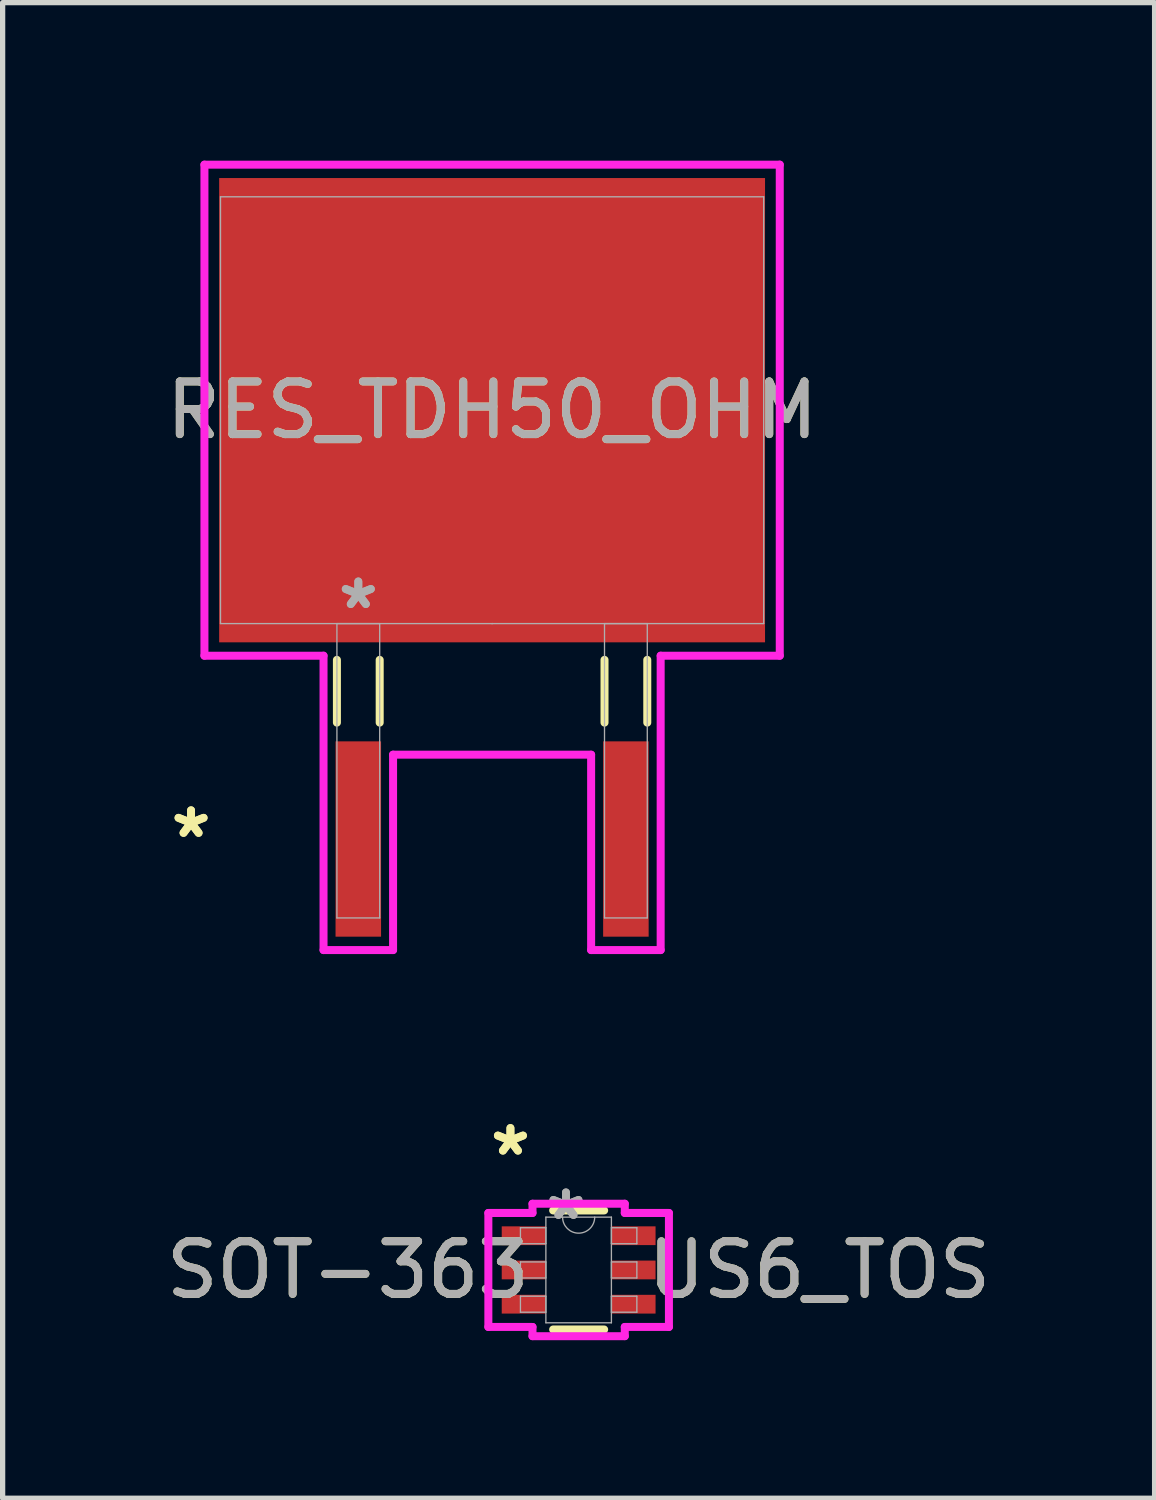
<source format=kicad_pcb>
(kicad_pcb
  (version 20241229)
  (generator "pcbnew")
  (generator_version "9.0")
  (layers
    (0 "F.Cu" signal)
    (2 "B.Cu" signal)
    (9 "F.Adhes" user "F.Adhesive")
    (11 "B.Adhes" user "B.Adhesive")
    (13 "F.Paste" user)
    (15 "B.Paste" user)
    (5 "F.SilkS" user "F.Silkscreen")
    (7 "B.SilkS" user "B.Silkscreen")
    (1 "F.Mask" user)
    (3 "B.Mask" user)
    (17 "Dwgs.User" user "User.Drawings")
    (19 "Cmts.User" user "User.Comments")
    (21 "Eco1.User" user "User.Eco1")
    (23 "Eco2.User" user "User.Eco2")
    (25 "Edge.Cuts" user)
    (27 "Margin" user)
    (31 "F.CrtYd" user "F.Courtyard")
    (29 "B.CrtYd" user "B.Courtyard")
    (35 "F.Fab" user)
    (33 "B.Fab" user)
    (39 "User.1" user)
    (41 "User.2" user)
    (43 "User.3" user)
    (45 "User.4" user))
  (footprint "SOT-363   US6_TOS"
    (layer "F.Cu")
    (at 7.935 21.059)
    (property "Reference" "SOT-363   US6_TOS" (at 0 0 0) (unlocked yes) (layer "F.SilkS") (effects (font (size 1 1) (thickness 0.15))))
    (attr smd)
    (fp_line (start -0.484 1.13) (end 0.484 1.13) (stroke (width 0.152) (type solid)) (layer "F.SilkS"))
    (fp_line (start 0.484 -1.13) (end -0.484 -1.13) (stroke (width 0.152) (type solid)) (layer "F.SilkS"))
    (fp_line (start -1.714 -1.082) (end -0.876 -1.082) (stroke (width 0.152) (type solid)) (layer "F.CrtYd"))
    (fp_line (start -1.714 1.082) (end -1.714 -1.082) (stroke (width 0.152) (type solid)) (layer "F.CrtYd"))
    (fp_line (start -1.714 1.082) (end -0.876 1.082) (stroke (width 0.152) (type solid)) (layer "F.CrtYd"))
    (fp_line (start -0.876 -1.257) (end 0.876 -1.257) (stroke (width 0.152) (type solid)) (layer "F.CrtYd"))
    (fp_line (start -0.876 -1.082) (end -0.876 -1.257) (stroke (width 0.152) (type solid)) (layer "F.CrtYd"))
    (fp_line (start -0.876 1.257) (end -0.876 1.082) (stroke (width 0.152) (type solid)) (layer "F.CrtYd"))
    (fp_line (start 0.876 -1.257) (end 0.876 -1.082) (stroke (width 0.152) (type solid)) (layer "F.CrtYd"))
    (fp_line (start 0.876 1.082) (end 0.876 1.257) (stroke (width 0.152) (type solid)) (layer "F.CrtYd"))
    (fp_line (start 0.876 1.257) (end -0.876 1.257) (stroke (width 0.152) (type solid)) (layer "F.CrtYd"))
    (fp_line (start 1.714 -1.082) (end 0.876 -1.082) (stroke (width 0.152) (type solid)) (layer "F.CrtYd"))
    (fp_line (start 1.714 -1.082) (end 1.714 1.082) (stroke (width 0.152) (type solid)) (layer "F.CrtYd"))
    (fp_line (start 1.714 1.082) (end 0.876 1.082) (stroke (width 0.152) (type solid)) (layer "F.CrtYd"))
    (fp_line (start -1.105 -0.802) (end -1.105 -0.498) (stroke (width 0.025) (type solid)) (layer "F.Fab"))
    (fp_line (start -1.105 -0.498) (end -0.622 -0.498) (stroke (width 0.025) (type solid)) (layer "F.Fab"))
    (fp_line (start -1.105 -0.152) (end -1.105 0.152) (stroke (width 0.025) (type solid)) (layer "F.Fab"))
    (fp_line (start -1.105 0.152) (end -0.622 0.152) (stroke (width 0.025) (type solid)) (layer "F.Fab"))
    (fp_line (start -1.105 0.498) (end -1.105 0.802) (stroke (width 0.025) (type solid)) (layer "F.Fab"))
    (fp_line (start -1.105 0.802) (end -0.622 0.802) (stroke (width 0.025) (type solid)) (layer "F.Fab"))
    (fp_line (start -0.622 -1.003) (end -0.622 1.003) (stroke (width 0.025) (type solid)) (layer "F.Fab"))
    (fp_line (start -0.622 -0.802) (end -1.105 -0.802) (stroke (width 0.025) (type solid)) (layer "F.Fab"))
    (fp_line (start -0.622 -0.498) (end -0.622 -0.802) (stroke (width 0.025) (type solid)) (layer "F.Fab"))
    (fp_line (start -0.622 -0.152) (end -1.105 -0.152) (stroke (width 0.025) (type solid)) (layer "F.Fab"))
    (fp_line (start -0.622 0.152) (end -0.622 -0.152) (stroke (width 0.025) (type solid)) (layer "F.Fab"))
    (fp_line (start -0.622 0.498) (end -1.105 0.498) (stroke (width 0.025) (type solid)) (layer "F.Fab"))
    (fp_line (start -0.622 0.802) (end -0.622 0.498) (stroke (width 0.025) (type solid)) (layer "F.Fab"))
    (fp_line (start -0.622 1.003) (end 0.622 1.003) (stroke (width 0.025) (type solid)) (layer "F.Fab"))
    (fp_line (start 0.622 -1.003) (end -0.622 -1.003) (stroke (width 0.025) (type solid)) (layer "F.Fab"))
    (fp_line (start 0.622 -0.802) (end 0.622 -0.498) (stroke (width 0.025) (type solid)) (layer "F.Fab"))
    (fp_line (start 0.622 -0.498) (end 1.105 -0.498) (stroke (width 0.025) (type solid)) (layer "F.Fab"))
    (fp_line (start 0.622 -0.152) (end 0.622 0.152) (stroke (width 0.025) (type solid)) (layer "F.Fab"))
    (fp_line (start 0.622 0.152) (end 1.105 0.152) (stroke (width 0.025) (type solid)) (layer "F.Fab"))
    (fp_line (start 0.622 0.498) (end 0.622 0.802) (stroke (width 0.025) (type solid)) (layer "F.Fab"))
    (fp_line (start 0.622 0.802) (end 1.105 0.802) (stroke (width 0.025) (type solid)) (layer "F.Fab"))
    (fp_line (start 0.622 1.003) (end 0.622 -1.003) (stroke (width 0.025) (type solid)) (layer "F.Fab"))
    (fp_line (start 1.105 -0.802) (end 0.622 -0.802) (stroke (width 0.025) (type solid)) (layer "F.Fab"))
    (fp_line (start 1.105 -0.498) (end 1.105 -0.802) (stroke (width 0.025) (type solid)) (layer "F.Fab"))
    (fp_line (start 1.105 -0.152) (end 0.622 -0.152) (stroke (width 0.025) (type solid)) (layer "F.Fab"))
    (fp_line (start 1.105 0.152) (end 1.105 -0.152) (stroke (width 0.025) (type solid)) (layer "F.Fab"))
    (fp_line (start 1.105 0.498) (end 0.622 0.498) (stroke (width 0.025) (type solid)) (layer "F.Fab"))
    (fp_line (start 1.105 0.802) (end 1.105 0.498) (stroke (width 0.025) (type solid)) (layer "F.Fab"))
    (fp_arc (start 0.3048 -1.0033) (mid 0 -0.6985) (end -0.3048 -1.0033) (stroke (width 0.0254) (type solid)) (layer "F.Fab"))
    (fp_text user "*" (at -1.295 -2.149 0) (layer "F.SilkS") (effects (font (size 1 1) (thickness 0.15))))
    (fp_text user "*" (at -1.295 -2.149 0) (unlocked yes) (layer "F.SilkS") (effects (font (size 1 1) (thickness 0.15))))
    (fp_text user "${REFERENCE}" (at 0 0 0) (unlocked yes) (layer "F.Fab") (effects (font (size 1 1) (thickness 0.15))))
    (fp_text user "*" (at -0.241 -0.927 0) (unlocked yes) (layer "F.Fab") (effects (font (size 1 1) (thickness 0.15))))
    (fp_text user "*" (at -0.241 -0.927 0) (layer "F.Fab") (effects (font (size 1 1) (thickness 0.15))))
    (pad "1" smd rect (at -1.041 -0.65) (size 0.838 0.356) (layers "F.Cu" "F.Mask" "F.Paste"))
    (pad "2" smd rect (at -1.041 0) (size 0.838 0.356) (layers "F.Cu" "F.Mask" "F.Paste"))
    (pad "3" smd rect (at -1.041 0.65) (size 0.838 0.356) (layers "F.Cu" "F.Mask" "F.Paste"))
    (pad "4" smd rect (at 1.041 0.65) (size 0.838 0.356) (layers "F.Cu" "F.Mask" "F.Paste"))
    (pad "5" smd rect (at 1.041 0) (size 0.838 0.356) (layers "F.Cu" "F.Mask" "F.Paste"))
    (pad "6" smd rect (at 1.041 -0.65) (size 0.838 0.356) (layers "F.Cu" "F.Mask" "F.Paste")))
  (footprint "RES_TDH50_OHM"
    (layer "F.Cu")
    (at 6.292 4.737)
    (property "Reference" "RES_TDH50_OHM" (at 0 0 0) (unlocked yes) (layer "F.SilkS") (effects (font (size 1 1) (thickness 0.15))))
    (attr smd)
    (fp_line (start -2.946 4.74) (end -2.946 5.931) (stroke (width 0.152) (type solid)) (layer "F.SilkS"))
    (fp_line (start -2.134 4.74) (end -2.134 5.931) (stroke (width 0.152) (type solid)) (layer "F.SilkS"))
    (fp_line (start 2.134 4.74) (end 2.134 5.931) (stroke (width 0.152) (type solid)) (layer "F.SilkS"))
    (fp_line (start 2.946 4.74) (end 2.946 5.931) (stroke (width 0.152) (type solid)) (layer "F.SilkS"))
    (fp_line (start -5.461 -4.661) (end 5.461 -4.661) (stroke (width 0.152) (type solid)) (layer "F.CrtYd"))
    (fp_line (start -5.461 4.661) (end -5.461 -4.661) (stroke (width 0.152) (type solid)) (layer "F.CrtYd"))
    (fp_line (start -3.2 4.661) (end -5.461 4.661) (stroke (width 0.152) (type solid)) (layer "F.CrtYd"))
    (fp_line (start -3.2 10.249) (end -3.2 4.661) (stroke (width 0.152) (type solid)) (layer "F.CrtYd"))
    (fp_line (start -1.88 6.54) (end -1.88 10.249) (stroke (width 0.152) (type solid)) (layer "F.CrtYd"))
    (fp_line (start -1.88 10.249) (end -3.2 10.249) (stroke (width 0.152) (type solid)) (layer "F.CrtYd"))
    (fp_line (start 1.88 6.54) (end -1.88 6.54) (stroke (width 0.152) (type solid)) (layer "F.CrtYd"))
    (fp_line (start 1.88 10.249) (end 1.88 6.54) (stroke (width 0.152) (type solid)) (layer "F.CrtYd"))
    (fp_line (start 3.2 4.661) (end 3.2 10.249) (stroke (width 0.152) (type solid)) (layer "F.CrtYd"))
    (fp_line (start 3.2 10.249) (end 1.88 10.249) (stroke (width 0.152) (type solid)) (layer "F.CrtYd"))
    (fp_line (start 5.461 -4.661) (end 5.461 4.661) (stroke (width 0.152) (type solid)) (layer "F.CrtYd"))
    (fp_line (start 5.461 4.661) (end 3.2 4.661) (stroke (width 0.152) (type solid)) (layer "F.CrtYd"))
    (fp_line (start -5.156 -4.051) (end -5.156 4.051) (stroke (width 0.025) (type solid)) (layer "F.Fab"))
    (fp_line (start -5.156 4.051) (end 5.156 4.051) (stroke (width 0.025) (type solid)) (layer "F.Fab"))
    (fp_line (start -2.946 4.051) (end -2.946 9.639) (stroke (width 0.025) (type solid)) (layer "F.Fab"))
    (fp_line (start -2.946 9.639) (end -2.134 9.639) (stroke (width 0.025) (type solid)) (layer "F.Fab"))
    (fp_line (start -2.134 4.051) (end -2.946 4.051) (stroke (width 0.025) (type solid)) (layer "F.Fab"))
    (fp_line (start -2.134 9.639) (end -2.134 4.051) (stroke (width 0.025) (type solid)) (layer "F.Fab"))
    (fp_line (start 0 4.051) (end 0 4.051) (stroke (width 0.025) (type solid)) (layer "F.Fab"))
    (fp_line (start 0 4.051) (end 0 4.051) (stroke (width 0.025) (type solid)) (layer "F.Fab"))
    (fp_line (start 0 4.051) (end 0 4.051) (stroke (width 0.025) (type solid)) (layer "F.Fab"))
    (fp_line (start 2.134 4.051) (end 2.134 9.639) (stroke (width 0.025) (type solid)) (layer "F.Fab"))
    (fp_line (start 2.134 9.639) (end 2.946 9.639) (stroke (width 0.025) (type solid)) (layer "F.Fab"))
    (fp_line (start 2.946 4.051) (end 2.134 4.051) (stroke (width 0.025) (type solid)) (layer "F.Fab"))
    (fp_line (start 2.946 9.639) (end 2.946 4.051) (stroke (width 0.025) (type solid)) (layer "F.Fab"))
    (fp_line (start 5.156 -4.051) (end -5.156 -4.051) (stroke (width 0.025) (type solid)) (layer "F.Fab"))
    (fp_line (start 5.156 4.051) (end 5.156 -4.051) (stroke (width 0.025) (type solid)) (layer "F.Fab"))
    (fp_text user "*" (at -5.715 8.141 0) (unlocked yes) (layer "F.SilkS") (effects (font (size 1 1) (thickness 0.15))))
    (fp_text user "*" (at -5.715 8.141 0) (layer "F.SilkS") (effects (font (size 1 1) (thickness 0.15))))
    (fp_text user "${REFERENCE}" (at 0 0 0) (unlocked yes) (layer "F.Fab") (effects (font (size 1 1) (thickness 0.15))))
    (fp_text user "*" (at -2.54 3.797 0) (layer "F.Fab") (effects (font (size 1 1) (thickness 0.15))))
    (fp_text user "*" (at -2.54 3.797 0) (unlocked yes) (layer "F.Fab") (effects (font (size 1 1) (thickness 0.15))))
    (pad "1" smd rect (at -2.54 8.141) (size 0.864 3.708) (layers "F.Cu" "F.Mask" "F.Paste"))
    (pad "2" smd rect (at 2.54 8.141) (size 0.864 3.708) (layers "F.Cu" "F.Mask" "F.Paste"))
    (pad "3" smd rect (at 0 0) (size 10.363 8.814) (layers "F.Cu" "F.Mask" "F.Paste")))
  (gr_rect
    (start -3 -3)
    (end 18.869 25.393)
    (stroke (width 0.1) (type default))
    (fill no)
    (layer "Edge.Cuts")))
</source>
